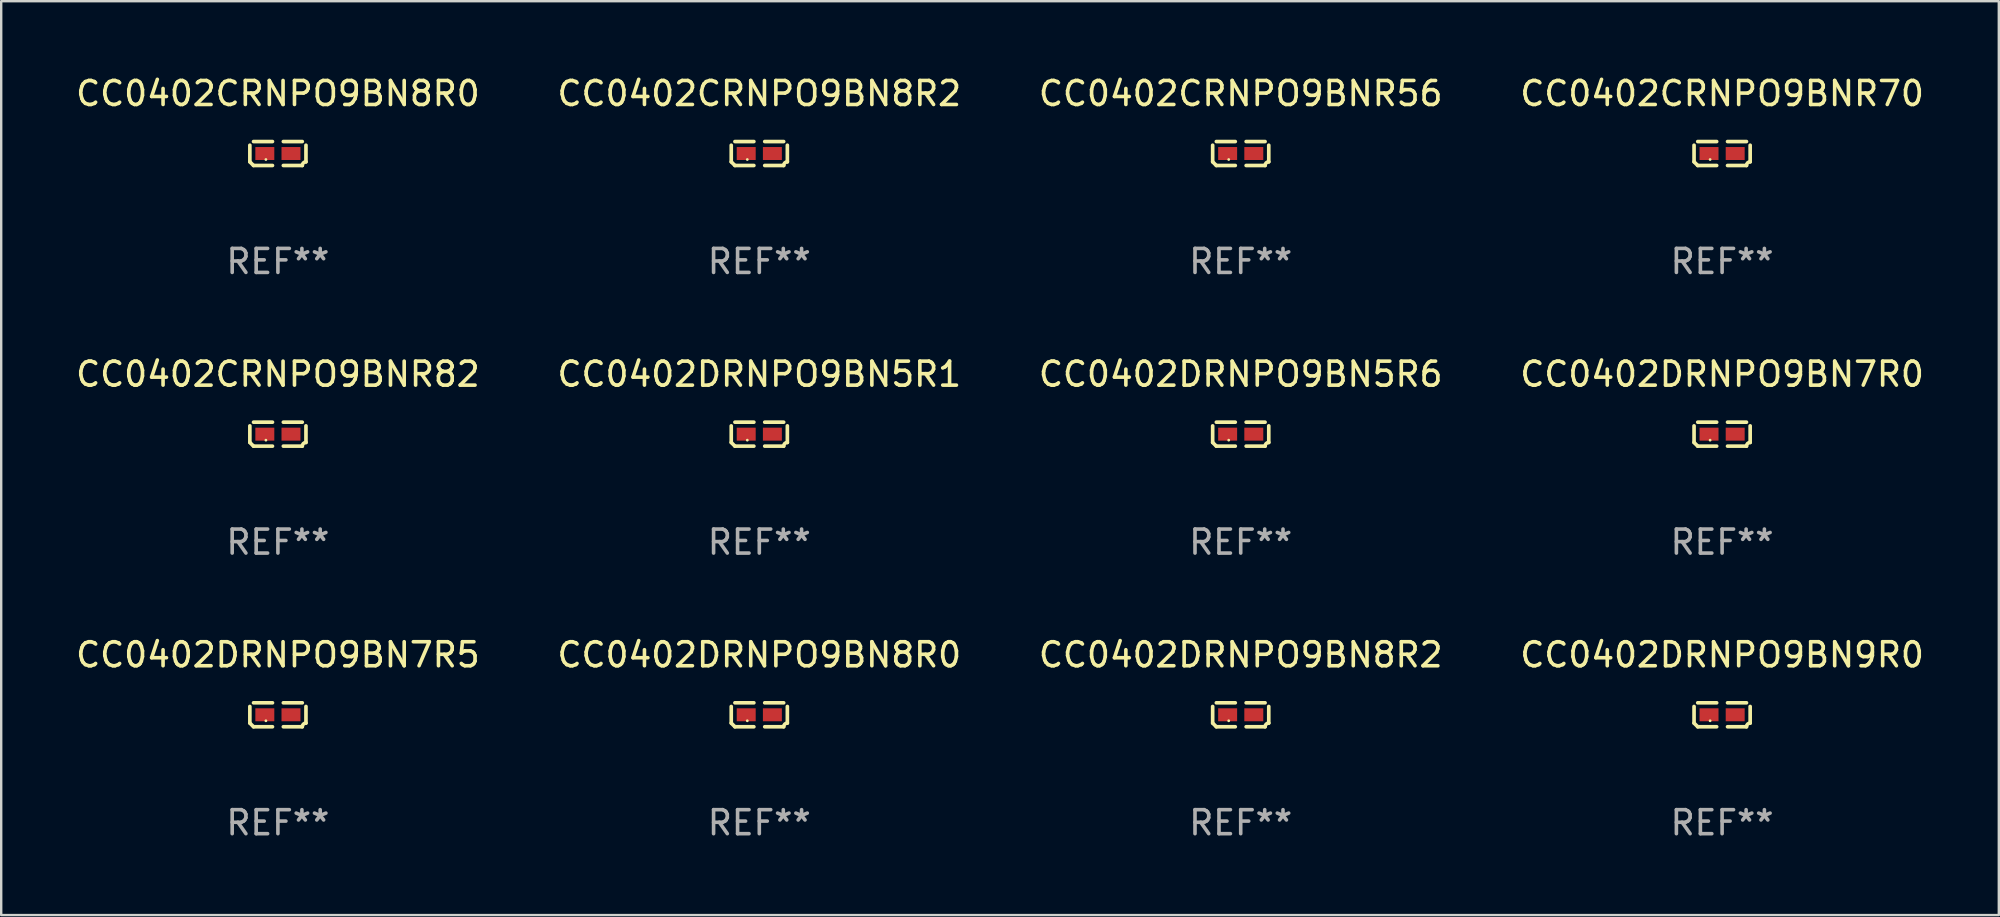
<source format=kicad_pcb>
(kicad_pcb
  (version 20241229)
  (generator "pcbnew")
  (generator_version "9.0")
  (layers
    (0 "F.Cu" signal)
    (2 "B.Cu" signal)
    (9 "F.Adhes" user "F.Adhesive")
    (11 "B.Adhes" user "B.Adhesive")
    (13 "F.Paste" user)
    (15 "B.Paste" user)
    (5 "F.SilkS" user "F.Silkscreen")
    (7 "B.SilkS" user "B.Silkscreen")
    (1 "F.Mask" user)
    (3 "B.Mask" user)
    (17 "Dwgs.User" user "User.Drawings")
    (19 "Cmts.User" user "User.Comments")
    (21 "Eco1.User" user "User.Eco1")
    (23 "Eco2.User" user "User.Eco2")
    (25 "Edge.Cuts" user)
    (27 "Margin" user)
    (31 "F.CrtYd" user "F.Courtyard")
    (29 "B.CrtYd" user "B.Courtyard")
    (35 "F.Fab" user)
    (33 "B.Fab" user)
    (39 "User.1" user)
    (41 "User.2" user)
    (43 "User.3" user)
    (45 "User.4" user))
  (footprint "CC0402CRNPO9BN8R2"
    (layer "F.Cu")
    (at 28.589 3.347)
    (property "Reference" "CC0402CRNPO9BN8R2" (at 0 -2.499 0) (layer "F.SilkS") (effects (font (size 1 1) (thickness 0.15))))
    (attr through_hole)
    (fp_line (start -1.169 0.346) (end -1.169 -0.346) (stroke (width 0.152) (type solid)) (layer "F.SilkS"))
    (fp_line (start -1.016 -0.499) (end -0.226 -0.499) (stroke (width 0.152) (type solid)) (layer "F.SilkS"))
    (fp_line (start -0.226 0.499) (end -1.016 0.499) (stroke (width 0.152) (type solid)) (layer "F.SilkS"))
    (fp_line (start 0.226 0.499) (end 1.016 0.499) (stroke (width 0.152) (type solid)) (layer "F.SilkS"))
    (fp_line (start 1.016 -0.499) (end 0.226 -0.499) (stroke (width 0.152) (type solid)) (layer "F.SilkS"))
    (fp_line (start 1.169 0.346) (end 1.169 -0.346) (stroke (width 0.152) (type solid)) (layer "F.SilkS"))
    (fp_arc (start -1.016307 0.498603) (mid -1.092512 0.422405) (end -1.16871 0.3462) (stroke (width 0.1524) (type solid)) (layer "F.SilkS"))
    (fp_arc (start 1.016307 0.498603) (mid 1.060899 0.390758) (end 1.168707 0.346076) (stroke (width 0.1524) (type solid)) (layer "F.SilkS"))
    (fp_circle (center -0.5 0.25) (end -0.47 0.25) (stroke (width 0.06) (type solid)) (fill no) (layer "F.SilkS"))
    (fp_text user "REF**" (at 0 4.499 0) (layer "F.Fab") (effects (font (size 1 1) (thickness 0.15))))
    (pad "1" smd rect (at -0.545 0) (size 0.79 0.54) (layers "F.Cu" "F.Mask" "F.Paste"))
    (pad "2" smd rect (at 0.545 0) (size 0.79 0.54) (layers "F.Cu" "F.Mask" "F.Paste")))
  (footprint "CC0402CRNPO9BNR56"
    (layer "F.Cu")
    (at 48.649 3.347)
    (property "Reference" "CC0402CRNPO9BNR56" (at 0 -2.499 0) (layer "F.SilkS") (effects (font (size 1 1) (thickness 0.15))))
    (attr through_hole)
    (fp_line (start -1.169 0.346) (end -1.169 -0.346) (stroke (width 0.152) (type solid)) (layer "F.SilkS"))
    (fp_line (start -1.016 -0.499) (end -0.226 -0.499) (stroke (width 0.152) (type solid)) (layer "F.SilkS"))
    (fp_line (start -0.226 0.499) (end -1.016 0.499) (stroke (width 0.152) (type solid)) (layer "F.SilkS"))
    (fp_line (start 0.226 0.499) (end 1.016 0.499) (stroke (width 0.152) (type solid)) (layer "F.SilkS"))
    (fp_line (start 1.016 -0.499) (end 0.226 -0.499) (stroke (width 0.152) (type solid)) (layer "F.SilkS"))
    (fp_line (start 1.169 0.346) (end 1.169 -0.346) (stroke (width 0.152) (type solid)) (layer "F.SilkS"))
    (fp_arc (start -1.016307 0.498603) (mid -1.092512 0.422405) (end -1.16871 0.3462) (stroke (width 0.1524) (type solid)) (layer "F.SilkS"))
    (fp_arc (start 1.016307 0.498603) (mid 1.060899 0.390758) (end 1.168707 0.346076) (stroke (width 0.1524) (type solid)) (layer "F.SilkS"))
    (fp_circle (center -0.5 0.25) (end -0.47 0.25) (stroke (width 0.06) (type solid)) (fill no) (layer "F.SilkS"))
    (fp_text user "REF**" (at 0 4.499 0) (layer "F.Fab") (effects (font (size 1 1) (thickness 0.15))))
    (pad "1" smd rect (at -0.545 0) (size 0.79 0.54) (layers "F.Cu" "F.Mask" "F.Paste"))
    (pad "2" smd rect (at 0.545 0) (size 0.79 0.54) (layers "F.Cu" "F.Mask" "F.Paste")))
  (footprint "CC0402DRNPO9BN5R1"
    (layer "F.Cu")
    (at 28.589 15.041)
    (property "Reference" "CC0402DRNPO9BN5R1" (at 0 -2.499 0) (layer "F.SilkS") (effects (font (size 1 1) (thickness 0.15))))
    (attr through_hole)
    (fp_line (start -1.169 0.346) (end -1.169 -0.346) (stroke (width 0.152) (type solid)) (layer "F.SilkS"))
    (fp_line (start -1.016 -0.499) (end -0.226 -0.499) (stroke (width 0.152) (type solid)) (layer "F.SilkS"))
    (fp_line (start -0.226 0.499) (end -1.016 0.499) (stroke (width 0.152) (type solid)) (layer "F.SilkS"))
    (fp_line (start 0.226 0.499) (end 1.016 0.499) (stroke (width 0.152) (type solid)) (layer "F.SilkS"))
    (fp_line (start 1.016 -0.499) (end 0.226 -0.499) (stroke (width 0.152) (type solid)) (layer "F.SilkS"))
    (fp_line (start 1.169 0.346) (end 1.169 -0.346) (stroke (width 0.152) (type solid)) (layer "F.SilkS"))
    (fp_arc (start -1.016307 0.498603) (mid -1.092512 0.422405) (end -1.16871 0.3462) (stroke (width 0.1524) (type solid)) (layer "F.SilkS"))
    (fp_arc (start 1.016307 0.498603) (mid 1.060899 0.390758) (end 1.168707 0.346076) (stroke (width 0.1524) (type solid)) (layer "F.SilkS"))
    (fp_circle (center -0.5 0.25) (end -0.47 0.25) (stroke (width 0.06) (type solid)) (fill no) (layer "F.SilkS"))
    (fp_text user "REF**" (at 0 4.499 0) (layer "F.Fab") (effects (font (size 1 1) (thickness 0.15))))
    (pad "1" smd rect (at -0.545 0) (size 0.79 0.54) (layers "F.Cu" "F.Mask" "F.Paste"))
    (pad "2" smd rect (at 0.545 0) (size 0.79 0.54) (layers "F.Cu" "F.Mask" "F.Paste")))
  (footprint "CC0402DRNPO9BN7R0"
    (layer "F.Cu")
    (at 68.708 15.041)
    (property "Reference" "CC0402DRNPO9BN7R0" (at 0 -2.499 0) (layer "F.SilkS") (effects (font (size 1 1) (thickness 0.15))))
    (attr through_hole)
    (fp_line (start -1.169 0.346) (end -1.169 -0.346) (stroke (width 0.152) (type solid)) (layer "F.SilkS"))
    (fp_line (start -1.016 -0.499) (end -0.226 -0.499) (stroke (width 0.152) (type solid)) (layer "F.SilkS"))
    (fp_line (start -0.226 0.499) (end -1.016 0.499) (stroke (width 0.152) (type solid)) (layer "F.SilkS"))
    (fp_line (start 0.226 0.499) (end 1.016 0.499) (stroke (width 0.152) (type solid)) (layer "F.SilkS"))
    (fp_line (start 1.016 -0.499) (end 0.226 -0.499) (stroke (width 0.152) (type solid)) (layer "F.SilkS"))
    (fp_line (start 1.169 0.346) (end 1.169 -0.346) (stroke (width 0.152) (type solid)) (layer "F.SilkS"))
    (fp_arc (start -1.016307 0.498603) (mid -1.092512 0.422405) (end -1.16871 0.3462) (stroke (width 0.1524) (type solid)) (layer "F.SilkS"))
    (fp_arc (start 1.016307 0.498603) (mid 1.060899 0.390758) (end 1.168707 0.346076) (stroke (width 0.1524) (type solid)) (layer "F.SilkS"))
    (fp_circle (center -0.5 0.25) (end -0.47 0.25) (stroke (width 0.06) (type solid)) (fill no) (layer "F.SilkS"))
    (fp_text user "REF**" (at 0 4.499 0) (layer "F.Fab") (effects (font (size 1 1) (thickness 0.15))))
    (pad "1" smd rect (at -0.545 0) (size 0.79 0.54) (layers "F.Cu" "F.Mask" "F.Paste"))
    (pad "2" smd rect (at 0.545 0) (size 0.79 0.54) (layers "F.Cu" "F.Mask" "F.Paste")))
  (footprint "CC0402DRNPO9BN8R0"
    (layer "F.Cu")
    (at 28.589 26.734)
    (property "Reference" "CC0402DRNPO9BN8R0" (at 0 -2.499 0) (layer "F.SilkS") (effects (font (size 1 1) (thickness 0.15))))
    (attr through_hole)
    (fp_line (start -1.169 0.346) (end -1.169 -0.346) (stroke (width 0.152) (type solid)) (layer "F.SilkS"))
    (fp_line (start -1.016 -0.499) (end -0.226 -0.499) (stroke (width 0.152) (type solid)) (layer "F.SilkS"))
    (fp_line (start -0.226 0.499) (end -1.016 0.499) (stroke (width 0.152) (type solid)) (layer "F.SilkS"))
    (fp_line (start 0.226 0.499) (end 1.016 0.499) (stroke (width 0.152) (type solid)) (layer "F.SilkS"))
    (fp_line (start 1.016 -0.499) (end 0.226 -0.499) (stroke (width 0.152) (type solid)) (layer "F.SilkS"))
    (fp_line (start 1.169 0.346) (end 1.169 -0.346) (stroke (width 0.152) (type solid)) (layer "F.SilkS"))
    (fp_arc (start -1.016307 0.498603) (mid -1.092512 0.422405) (end -1.16871 0.3462) (stroke (width 0.1524) (type solid)) (layer "F.SilkS"))
    (fp_arc (start 1.016307 0.498603) (mid 1.060899 0.390758) (end 1.168707 0.346076) (stroke (width 0.1524) (type solid)) (layer "F.SilkS"))
    (fp_circle (center -0.5 0.25) (end -0.47 0.25) (stroke (width 0.06) (type solid)) (fill no) (layer "F.SilkS"))
    (fp_text user "REF**" (at 0 4.499 0) (layer "F.Fab") (effects (font (size 1 1) (thickness 0.15))))
    (pad "1" smd rect (at -0.545 0) (size 0.79 0.54) (layers "F.Cu" "F.Mask" "F.Paste"))
    (pad "2" smd rect (at 0.545 0) (size 0.79 0.54) (layers "F.Cu" "F.Mask" "F.Paste")))
  (footprint "CC0402DRNPO9BN9R0"
    (layer "F.Cu")
    (at 68.708 26.734)
    (property "Reference" "CC0402DRNPO9BN9R0" (at 0 -2.499 0) (layer "F.SilkS") (effects (font (size 1 1) (thickness 0.15))))
    (attr through_hole)
    (fp_line (start -1.169 0.346) (end -1.169 -0.346) (stroke (width 0.152) (type solid)) (layer "F.SilkS"))
    (fp_line (start -1.016 -0.499) (end -0.226 -0.499) (stroke (width 0.152) (type solid)) (layer "F.SilkS"))
    (fp_line (start -0.226 0.499) (end -1.016 0.499) (stroke (width 0.152) (type solid)) (layer "F.SilkS"))
    (fp_line (start 0.226 0.499) (end 1.016 0.499) (stroke (width 0.152) (type solid)) (layer "F.SilkS"))
    (fp_line (start 1.016 -0.499) (end 0.226 -0.499) (stroke (width 0.152) (type solid)) (layer "F.SilkS"))
    (fp_line (start 1.169 0.346) (end 1.169 -0.346) (stroke (width 0.152) (type solid)) (layer "F.SilkS"))
    (fp_arc (start -1.016307 0.498603) (mid -1.092512 0.422405) (end -1.16871 0.3462) (stroke (width 0.1524) (type solid)) (layer "F.SilkS"))
    (fp_arc (start 1.016307 0.498603) (mid 1.060899 0.390758) (end 1.168707 0.346076) (stroke (width 0.1524) (type solid)) (layer "F.SilkS"))
    (fp_circle (center -0.5 0.25) (end -0.47 0.25) (stroke (width 0.06) (type solid)) (fill no) (layer "F.SilkS"))
    (fp_text user "REF**" (at 0 4.499 0) (layer "F.Fab") (effects (font (size 1 1) (thickness 0.15))))
    (pad "1" smd rect (at -0.545 0) (size 0.79 0.54) (layers "F.Cu" "F.Mask" "F.Paste"))
    (pad "2" smd rect (at 0.545 0) (size 0.79 0.54) (layers "F.Cu" "F.Mask" "F.Paste")))
  (footprint "CC0402CRNPO9BN8R0"
    (layer "F.Cu")
    (at 8.53 3.347)
    (property "Reference" "CC0402CRNPO9BN8R0" (at 0 -2.499 0) (layer "F.SilkS") (effects (font (size 1 1) (thickness 0.15))))
    (attr through_hole)
    (fp_line (start -1.169 0.346) (end -1.169 -0.346) (stroke (width 0.152) (type solid)) (layer "F.SilkS"))
    (fp_line (start -1.016 -0.499) (end -0.226 -0.499) (stroke (width 0.152) (type solid)) (layer "F.SilkS"))
    (fp_line (start -0.226 0.499) (end -1.016 0.499) (stroke (width 0.152) (type solid)) (layer "F.SilkS"))
    (fp_line (start 0.226 0.499) (end 1.016 0.499) (stroke (width 0.152) (type solid)) (layer "F.SilkS"))
    (fp_line (start 1.016 -0.499) (end 0.226 -0.499) (stroke (width 0.152) (type solid)) (layer "F.SilkS"))
    (fp_line (start 1.169 0.346) (end 1.169 -0.346) (stroke (width 0.152) (type solid)) (layer "F.SilkS"))
    (fp_arc (start -1.016307 0.498603) (mid -1.092512 0.422405) (end -1.16871 0.3462) (stroke (width 0.1524) (type solid)) (layer "F.SilkS"))
    (fp_arc (start 1.016307 0.498603) (mid 1.060899 0.390758) (end 1.168707 0.346076) (stroke (width 0.1524) (type solid)) (layer "F.SilkS"))
    (fp_circle (center -0.5 0.25) (end -0.47 0.25) (stroke (width 0.06) (type solid)) (fill no) (layer "F.SilkS"))
    (fp_text user "REF**" (at 0 4.499 0) (layer "F.Fab") (effects (font (size 1 1) (thickness 0.15))))
    (pad "1" smd rect (at -0.545 0) (size 0.79 0.54) (layers "F.Cu" "F.Mask" "F.Paste"))
    (pad "2" smd rect (at 0.545 0) (size 0.79 0.54) (layers "F.Cu" "F.Mask" "F.Paste")))
  (footprint "CC0402DRNPO9BN8R2"
    (layer "F.Cu")
    (at 48.649 26.734)
    (property "Reference" "CC0402DRNPO9BN8R2" (at 0 -2.499 0) (layer "F.SilkS") (effects (font (size 1 1) (thickness 0.15))))
    (attr through_hole)
    (fp_line (start -1.169 0.346) (end -1.169 -0.346) (stroke (width 0.152) (type solid)) (layer "F.SilkS"))
    (fp_line (start -1.016 -0.499) (end -0.226 -0.499) (stroke (width 0.152) (type solid)) (layer "F.SilkS"))
    (fp_line (start -0.226 0.499) (end -1.016 0.499) (stroke (width 0.152) (type solid)) (layer "F.SilkS"))
    (fp_line (start 0.226 0.499) (end 1.016 0.499) (stroke (width 0.152) (type solid)) (layer "F.SilkS"))
    (fp_line (start 1.016 -0.499) (end 0.226 -0.499) (stroke (width 0.152) (type solid)) (layer "F.SilkS"))
    (fp_line (start 1.169 0.346) (end 1.169 -0.346) (stroke (width 0.152) (type solid)) (layer "F.SilkS"))
    (fp_arc (start -1.016307 0.498603) (mid -1.092512 0.422405) (end -1.16871 0.3462) (stroke (width 0.1524) (type solid)) (layer "F.SilkS"))
    (fp_arc (start 1.016307 0.498603) (mid 1.060899 0.390758) (end 1.168707 0.346076) (stroke (width 0.1524) (type solid)) (layer "F.SilkS"))
    (fp_circle (center -0.5 0.25) (end -0.47 0.25) (stroke (width 0.06) (type solid)) (fill no) (layer "F.SilkS"))
    (fp_text user "REF**" (at 0 4.499 0) (layer "F.Fab") (effects (font (size 1 1) (thickness 0.15))))
    (pad "1" smd rect (at -0.545 0) (size 0.79 0.54) (layers "F.Cu" "F.Mask" "F.Paste"))
    (pad "2" smd rect (at 0.545 0) (size 0.79 0.54) (layers "F.Cu" "F.Mask" "F.Paste")))
  (footprint "CC0402DRNPO9BN7R5"
    (layer "F.Cu")
    (at 8.53 26.734)
    (property "Reference" "CC0402DRNPO9BN7R5" (at 0 -2.499 0) (layer "F.SilkS") (effects (font (size 1 1) (thickness 0.15))))
    (attr through_hole)
    (fp_line (start -1.169 0.346) (end -1.169 -0.346) (stroke (width 0.152) (type solid)) (layer "F.SilkS"))
    (fp_line (start -1.016 -0.499) (end -0.226 -0.499) (stroke (width 0.152) (type solid)) (layer "F.SilkS"))
    (fp_line (start -0.226 0.499) (end -1.016 0.499) (stroke (width 0.152) (type solid)) (layer "F.SilkS"))
    (fp_line (start 0.226 0.499) (end 1.016 0.499) (stroke (width 0.152) (type solid)) (layer "F.SilkS"))
    (fp_line (start 1.016 -0.499) (end 0.226 -0.499) (stroke (width 0.152) (type solid)) (layer "F.SilkS"))
    (fp_line (start 1.169 0.346) (end 1.169 -0.346) (stroke (width 0.152) (type solid)) (layer "F.SilkS"))
    (fp_arc (start -1.016307 0.498603) (mid -1.092512 0.422405) (end -1.16871 0.3462) (stroke (width 0.1524) (type solid)) (layer "F.SilkS"))
    (fp_arc (start 1.016307 0.498603) (mid 1.060899 0.390758) (end 1.168707 0.346076) (stroke (width 0.1524) (type solid)) (layer "F.SilkS"))
    (fp_circle (center -0.5 0.25) (end -0.47 0.25) (stroke (width 0.06) (type solid)) (fill no) (layer "F.SilkS"))
    (fp_text user "REF**" (at 0 4.499 0) (layer "F.Fab") (effects (font (size 1 1) (thickness 0.15))))
    (pad "1" smd rect (at -0.545 0) (size 0.79 0.54) (layers "F.Cu" "F.Mask" "F.Paste"))
    (pad "2" smd rect (at 0.545 0) (size 0.79 0.54) (layers "F.Cu" "F.Mask" "F.Paste")))
  (footprint "CC0402CRNPO9BNR82"
    (layer "F.Cu")
    (at 8.53 15.041)
    (property "Reference" "CC0402CRNPO9BNR82" (at 0 -2.499 0) (layer "F.SilkS") (effects (font (size 1 1) (thickness 0.15))))
    (attr through_hole)
    (fp_line (start -1.169 0.346) (end -1.169 -0.346) (stroke (width 0.152) (type solid)) (layer "F.SilkS"))
    (fp_line (start -1.016 -0.499) (end -0.226 -0.499) (stroke (width 0.152) (type solid)) (layer "F.SilkS"))
    (fp_line (start -0.226 0.499) (end -1.016 0.499) (stroke (width 0.152) (type solid)) (layer "F.SilkS"))
    (fp_line (start 0.226 0.499) (end 1.016 0.499) (stroke (width 0.152) (type solid)) (layer "F.SilkS"))
    (fp_line (start 1.016 -0.499) (end 0.226 -0.499) (stroke (width 0.152) (type solid)) (layer "F.SilkS"))
    (fp_line (start 1.169 0.346) (end 1.169 -0.346) (stroke (width 0.152) (type solid)) (layer "F.SilkS"))
    (fp_arc (start -1.016307 0.498603) (mid -1.092512 0.422405) (end -1.16871 0.3462) (stroke (width 0.1524) (type solid)) (layer "F.SilkS"))
    (fp_arc (start 1.016307 0.498603) (mid 1.060899 0.390758) (end 1.168707 0.346076) (stroke (width 0.1524) (type solid)) (layer "F.SilkS"))
    (fp_circle (center -0.5 0.25) (end -0.47 0.25) (stroke (width 0.06) (type solid)) (fill no) (layer "F.SilkS"))
    (fp_text user "REF**" (at 0 4.499 0) (layer "F.Fab") (effects (font (size 1 1) (thickness 0.15))))
    (pad "1" smd rect (at -0.545 0) (size 0.79 0.54) (layers "F.Cu" "F.Mask" "F.Paste"))
    (pad "2" smd rect (at 0.545 0) (size 0.79 0.54) (layers "F.Cu" "F.Mask" "F.Paste")))
  (footprint "CC0402CRNPO9BNR70"
    (layer "F.Cu")
    (at 68.708 3.347)
    (property "Reference" "CC0402CRNPO9BNR70" (at 0 -2.499 0) (layer "F.SilkS") (effects (font (size 1 1) (thickness 0.15))))
    (attr through_hole)
    (fp_line (start -1.169 0.346) (end -1.169 -0.346) (stroke (width 0.152) (type solid)) (layer "F.SilkS"))
    (fp_line (start -1.016 -0.499) (end -0.226 -0.499) (stroke (width 0.152) (type solid)) (layer "F.SilkS"))
    (fp_line (start -0.226 0.499) (end -1.016 0.499) (stroke (width 0.152) (type solid)) (layer "F.SilkS"))
    (fp_line (start 0.226 0.499) (end 1.016 0.499) (stroke (width 0.152) (type solid)) (layer "F.SilkS"))
    (fp_line (start 1.016 -0.499) (end 0.226 -0.499) (stroke (width 0.152) (type solid)) (layer "F.SilkS"))
    (fp_line (start 1.169 0.346) (end 1.169 -0.346) (stroke (width 0.152) (type solid)) (layer "F.SilkS"))
    (fp_arc (start -1.016307 0.498603) (mid -1.092512 0.422405) (end -1.16871 0.3462) (stroke (width 0.1524) (type solid)) (layer "F.SilkS"))
    (fp_arc (start 1.016307 0.498603) (mid 1.060899 0.390758) (end 1.168707 0.346076) (stroke (width 0.1524) (type solid)) (layer "F.SilkS"))
    (fp_circle (center -0.5 0.25) (end -0.47 0.25) (stroke (width 0.06) (type solid)) (fill no) (layer "F.SilkS"))
    (fp_text user "REF**" (at 0 4.499 0) (layer "F.Fab") (effects (font (size 1 1) (thickness 0.15))))
    (pad "1" smd rect (at -0.545 0) (size 0.79 0.54) (layers "F.Cu" "F.Mask" "F.Paste"))
    (pad "2" smd rect (at 0.545 0) (size 0.79 0.54) (layers "F.Cu" "F.Mask" "F.Paste")))
  (footprint "CC0402DRNPO9BN5R6"
    (layer "F.Cu")
    (at 48.649 15.041)
    (property "Reference" "CC0402DRNPO9BN5R6" (at 0 -2.499 0) (layer "F.SilkS") (effects (font (size 1 1) (thickness 0.15))))
    (attr through_hole)
    (fp_line (start -1.169 0.346) (end -1.169 -0.346) (stroke (width 0.152) (type solid)) (layer "F.SilkS"))
    (fp_line (start -1.016 -0.499) (end -0.226 -0.499) (stroke (width 0.152) (type solid)) (layer "F.SilkS"))
    (fp_line (start -0.226 0.499) (end -1.016 0.499) (stroke (width 0.152) (type solid)) (layer "F.SilkS"))
    (fp_line (start 0.226 0.499) (end 1.016 0.499) (stroke (width 0.152) (type solid)) (layer "F.SilkS"))
    (fp_line (start 1.016 -0.499) (end 0.226 -0.499) (stroke (width 0.152) (type solid)) (layer "F.SilkS"))
    (fp_line (start 1.169 0.346) (end 1.169 -0.346) (stroke (width 0.152) (type solid)) (layer "F.SilkS"))
    (fp_arc (start -1.016307 0.498603) (mid -1.092512 0.422405) (end -1.16871 0.3462) (stroke (width 0.1524) (type solid)) (layer "F.SilkS"))
    (fp_arc (start 1.016307 0.498603) (mid 1.060899 0.390758) (end 1.168707 0.346076) (stroke (width 0.1524) (type solid)) (layer "F.SilkS"))
    (fp_circle (center -0.5 0.25) (end -0.47 0.25) (stroke (width 0.06) (type solid)) (fill no) (layer "F.SilkS"))
    (fp_text user "REF**" (at 0 4.499 0) (layer "F.Fab") (effects (font (size 1 1) (thickness 0.15))))
    (pad "1" smd rect (at -0.545 0) (size 0.79 0.54) (layers "F.Cu" "F.Mask" "F.Paste"))
    (pad "2" smd rect (at 0.545 0) (size 0.79 0.54) (layers "F.Cu" "F.Mask" "F.Paste")))
  (gr_rect
    (start -3 -3)
    (end 80.238 35.081)
    (stroke (width 0.1) (type default))
    (fill no)
    (layer "Edge.Cuts")))
</source>
